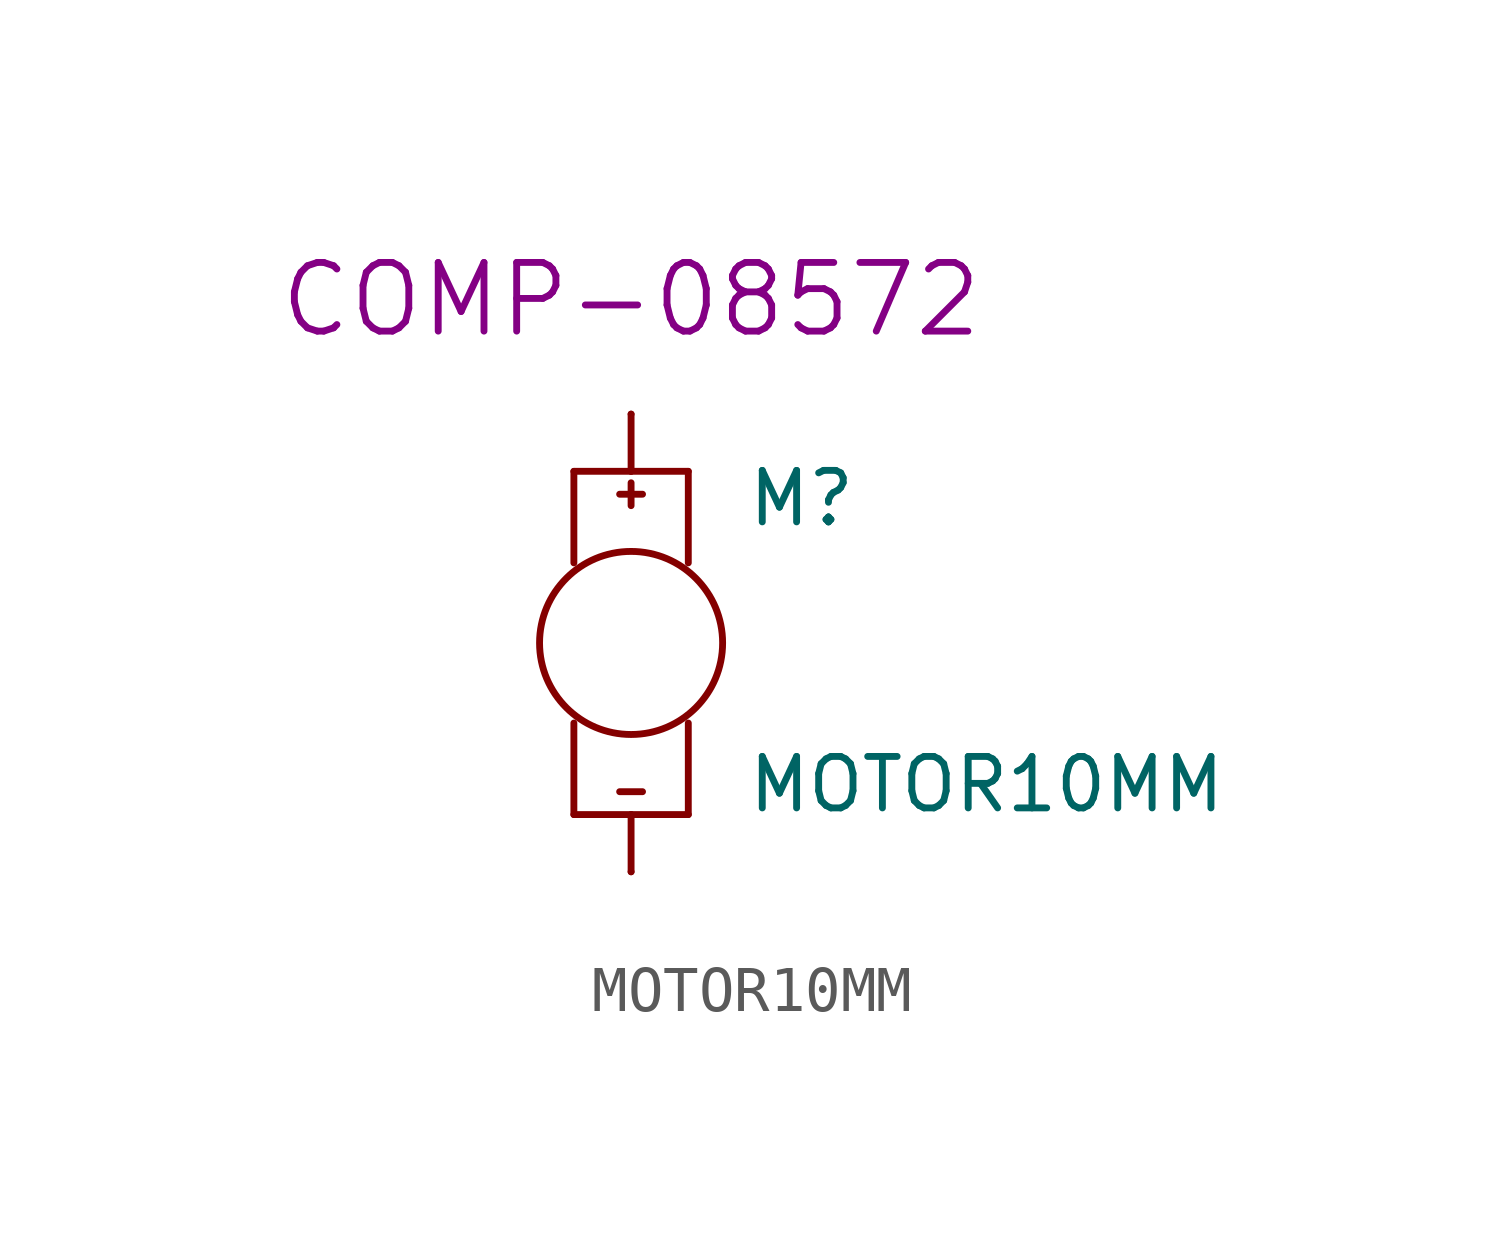
<source format=kicad_sym>
(kicad_symbol_lib
  (version 20220914)
  (generator kicad_symbol_editor)
  (symbol "MOTOR10MM"
    (pin_numbers hide)
    (pin_names
      (offset 1.016) hide)
    (property "Reference" "M"
      (at 2.54 2.54 0)
      (effects (font (size 1.143 1.143)) (justify left bottom)))
    (property "Value" "MOTOR10MM"
      (at 2.54 -3.81 0)
      (effects (font (size 1.143 1.143)) (justify left bottom)))
    (property "Field4" "COMP-08572"
      (at 0 7.62 0)
      (effects (font (size 1.524 1.524))))
    (property "ki_locked" ""
      (at 0 0 0)
      (effects (font (size 1.27 1.27))))
    (symbol "MOTOR10MM_1_0"
      (polyline (pts (xy -1.27 -3.81) (xy -1.27 -1.778)) (stroke (width 0) (type solid)) (fill (type none)))
      (polyline (pts (xy -1.27 3.81) (xy -1.27 1.778)) (stroke (width 0) (type solid)) (fill (type none)))
      (polyline (pts (xy -1.27 3.81) (xy 0 3.81)) (stroke (width 0) (type solid)) (fill (type none)))
      (polyline (pts (xy 0 -5.08) (xy 0 -3.81)) (stroke (width 0) (type solid)) (fill (type none)))
      (polyline (pts (xy 0 -3.81) (xy -1.27 -3.81)) (stroke (width 0) (type solid)) (fill (type none)))
      (polyline (pts (xy 0 3.556) (xy 0 3.048)) (stroke (width 0) (type solid)) (fill (type none)))
      (polyline (pts (xy 0 3.81) (xy 1.27 3.81)) (stroke (width 0) (type solid)) (fill (type none)))
      (polyline (pts (xy 0 5.08) (xy 0 3.81)) (stroke (width 0) (type solid)) (fill (type none)))
      (polyline (pts (xy 0.254 -3.302) (xy -0.254 -3.302)) (stroke (width 0) (type solid)) (fill (type none)))
      (polyline (pts (xy 0.254 3.302) (xy -0.254 3.302)) (stroke (width 0) (type solid)) (fill (type none)))
      (polyline (pts (xy 1.27 -3.81) (xy 0 -3.81)) (stroke (width 0) (type solid)) (fill (type none)))
      (polyline (pts (xy 1.27 -3.81) (xy 1.27 -1.778)) (stroke (width 0) (type solid)) (fill (type none)))
      (polyline (pts (xy 1.27 3.81) (xy 1.27 1.778)) (stroke (width 0) (type solid)) (fill (type none))))
    (symbol "MOTOR10MM_1_1"
      (circle (center 0 0) (radius 2.032) (stroke (width 0) (type solid)) (fill (type none)))
      (pin bidirectional line (at 0 -5.08 270) (length 0) (name "1" (effects (font (size 1.016 1.016)))) (number "1" (effects (font (size 1.016 1.016)))))
      (pin bidirectional line (at 0 5.08 270) (length 0) (name "2" (effects (font (size 1.016 1.016)))) (number "2" (effects (font (size 1.016 1.016))))))))
</source>
